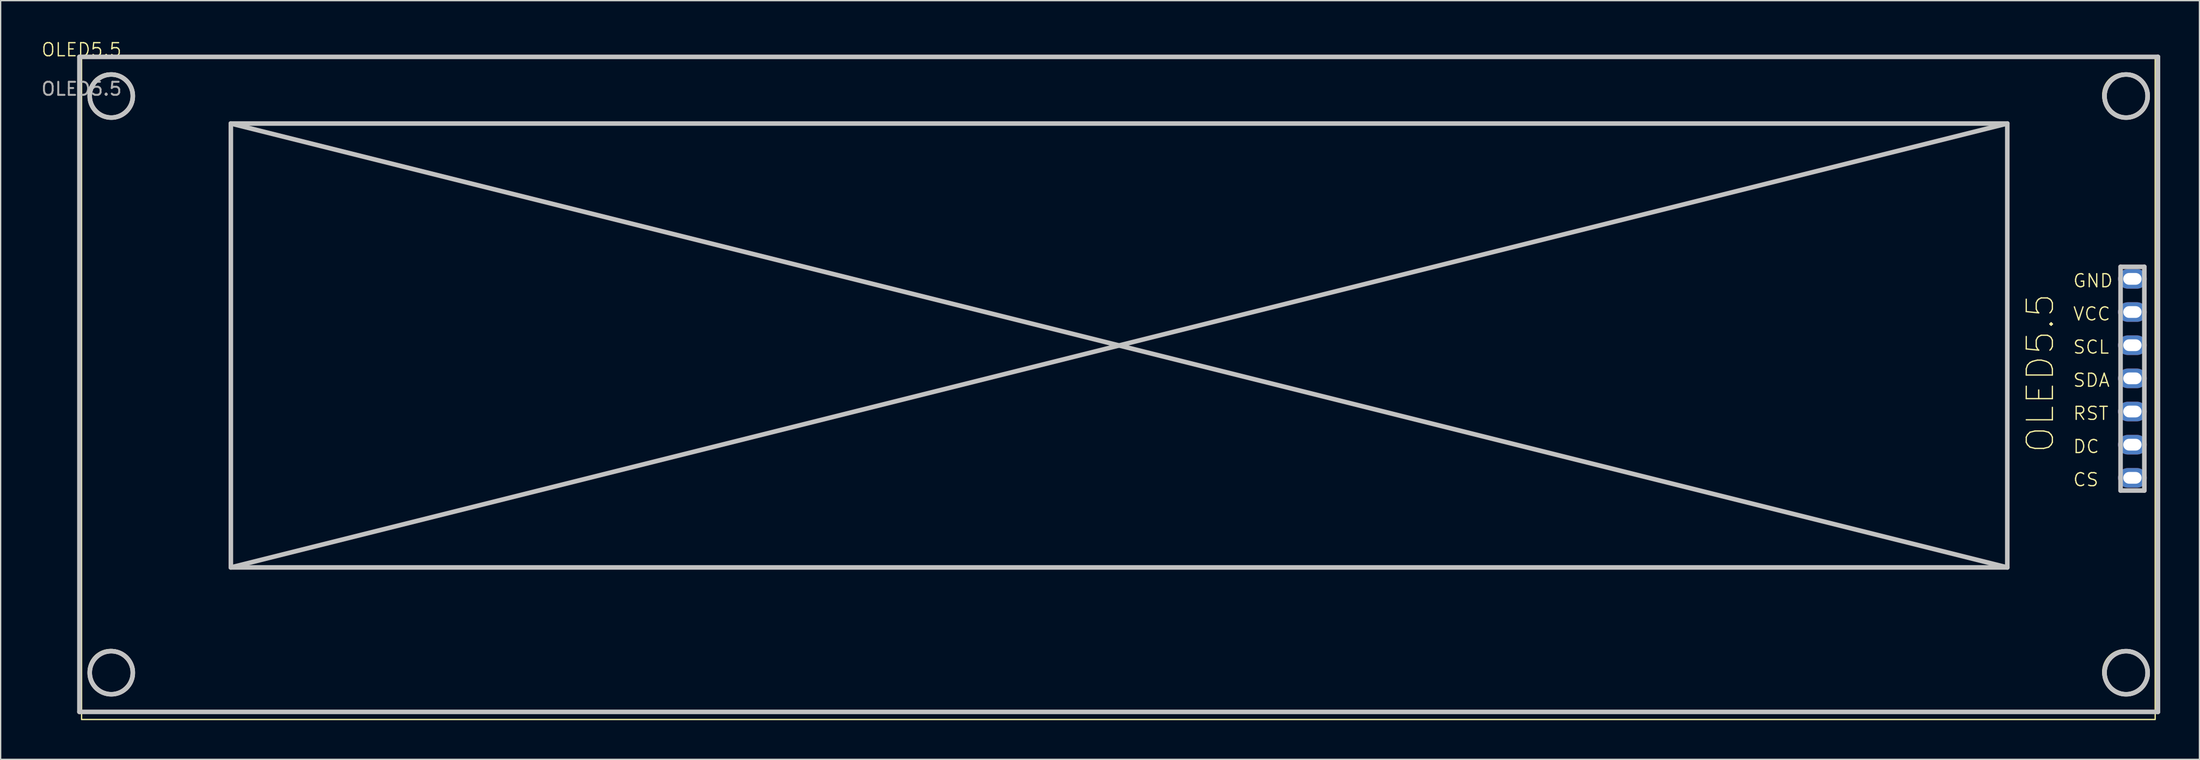
<source format=kicad_pcb>
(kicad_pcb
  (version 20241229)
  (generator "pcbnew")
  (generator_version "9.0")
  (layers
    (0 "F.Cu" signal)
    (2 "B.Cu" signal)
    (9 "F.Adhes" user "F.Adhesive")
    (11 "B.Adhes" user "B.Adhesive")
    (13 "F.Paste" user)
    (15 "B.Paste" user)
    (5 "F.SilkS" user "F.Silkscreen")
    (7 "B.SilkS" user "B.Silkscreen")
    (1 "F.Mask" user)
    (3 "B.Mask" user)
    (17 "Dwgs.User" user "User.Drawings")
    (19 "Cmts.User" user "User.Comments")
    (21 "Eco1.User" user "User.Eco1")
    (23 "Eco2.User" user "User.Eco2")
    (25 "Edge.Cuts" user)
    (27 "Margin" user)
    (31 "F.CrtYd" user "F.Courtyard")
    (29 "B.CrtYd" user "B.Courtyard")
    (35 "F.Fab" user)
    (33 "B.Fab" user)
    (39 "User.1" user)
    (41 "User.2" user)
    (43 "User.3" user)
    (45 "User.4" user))
  (footprint "OLED5.5"
    (layer "F.Cu")
    (at 3.196 1.26)
    (property "Reference" "OLED5.5" (at 0 -0.5 0) (unlocked yes) (layer "F.SilkS") (effects (font (size 1 1) (thickness 0.1))))
    (attr through_hole)
    (fp_rect (start 0 0) (end 158.75 50.8) (stroke (width 0.1) (type default)) (fill no) (layer "F.SilkS"))
    (fp_circle (center 2.218 2.981) (end 3.918 2.981) (stroke (width 0.1) (type default)) (fill no) (layer "F.SilkS"))
    (fp_circle (center 2.218 47.137) (end 3.918 47.137) (stroke (width 0.1) (type default)) (fill no) (layer "F.SilkS"))
    (fp_circle (center 156.433 2.981) (end 158.133 2.981) (stroke (width 0.1) (type default)) (fill no) (layer "F.SilkS"))
    (fp_circle (center 156.433 47.152) (end 158.133 47.152) (stroke (width 0.1) (type default)) (fill no) (layer "F.SilkS"))
    (fp_line (start -0.167 0.046) (end -0.167 50.216) (stroke (width 0.35) (type solid)) (layer "Dwgs.User"))
    (fp_line (start -0.167 50.216) (end 158.963 50.216) (stroke (width 0.35) (type solid)) (layer "Dwgs.User"))
    (fp_line (start 0.623 3.046) (end 0.625 3.131) (stroke (width 0.35) (type solid)) (layer "Dwgs.User"))
    (fp_line (start 0.623 47.216) (end 0.625 47.301) (stroke (width 0.35) (type solid)) (layer "Dwgs.User"))
    (fp_line (start 0.625 2.961) (end 0.623 3.046) (stroke (width 0.35) (type solid)) (layer "Dwgs.User"))
    (fp_line (start 0.625 3.131) (end 0.631 3.215) (stroke (width 0.35) (type solid)) (layer "Dwgs.User"))
    (fp_line (start 0.625 47.131) (end 0.623 47.216) (stroke (width 0.35) (type solid)) (layer "Dwgs.User"))
    (fp_line (start 0.625 47.301) (end 0.631 47.385) (stroke (width 0.35) (type solid)) (layer "Dwgs.User"))
    (fp_line (start 0.631 2.877) (end 0.625 2.961) (stroke (width 0.35) (type solid)) (layer "Dwgs.User"))
    (fp_line (start 0.631 3.215) (end 0.642 3.297) (stroke (width 0.35) (type solid)) (layer "Dwgs.User"))
    (fp_line (start 0.631 47.047) (end 0.625 47.131) (stroke (width 0.35) (type solid)) (layer "Dwgs.User"))
    (fp_line (start 0.631 47.385) (end 0.642 47.467) (stroke (width 0.35) (type solid)) (layer "Dwgs.User"))
    (fp_line (start 0.642 2.795) (end 0.631 2.877) (stroke (width 0.35) (type solid)) (layer "Dwgs.User"))
    (fp_line (start 0.642 3.297) (end 0.656 3.379) (stroke (width 0.35) (type solid)) (layer "Dwgs.User"))
    (fp_line (start 0.642 46.965) (end 0.631 47.047) (stroke (width 0.35) (type solid)) (layer "Dwgs.User"))
    (fp_line (start 0.642 47.467) (end 0.656 47.549) (stroke (width 0.35) (type solid)) (layer "Dwgs.User"))
    (fp_line (start 0.656 2.714) (end 0.642 2.795) (stroke (width 0.35) (type solid)) (layer "Dwgs.User"))
    (fp_line (start 0.656 3.379) (end 0.674 3.459) (stroke (width 0.35) (type solid)) (layer "Dwgs.User"))
    (fp_line (start 0.656 46.884) (end 0.642 46.965) (stroke (width 0.35) (type solid)) (layer "Dwgs.User"))
    (fp_line (start 0.656 47.549) (end 0.674 47.629) (stroke (width 0.35) (type solid)) (layer "Dwgs.User"))
    (fp_line (start 0.674 2.634) (end 0.656 2.714) (stroke (width 0.35) (type solid)) (layer "Dwgs.User"))
    (fp_line (start 0.674 3.459) (end 0.697 3.537) (stroke (width 0.35) (type solid)) (layer "Dwgs.User"))
    (fp_line (start 0.674 46.804) (end 0.656 46.884) (stroke (width 0.35) (type solid)) (layer "Dwgs.User"))
    (fp_line (start 0.674 47.629) (end 0.697 47.707) (stroke (width 0.35) (type solid)) (layer "Dwgs.User"))
    (fp_line (start 0.697 2.556) (end 0.674 2.634) (stroke (width 0.35) (type solid)) (layer "Dwgs.User"))
    (fp_line (start 0.697 3.537) (end 0.723 3.614) (stroke (width 0.35) (type solid)) (layer "Dwgs.User"))
    (fp_line (start 0.697 46.726) (end 0.674 46.804) (stroke (width 0.35) (type solid)) (layer "Dwgs.User"))
    (fp_line (start 0.697 47.707) (end 0.723 47.784) (stroke (width 0.35) (type solid)) (layer "Dwgs.User"))
    (fp_line (start 0.723 2.479) (end 0.697 2.556) (stroke (width 0.35) (type solid)) (layer "Dwgs.User"))
    (fp_line (start 0.723 3.614) (end 0.752 3.688) (stroke (width 0.35) (type solid)) (layer "Dwgs.User"))
    (fp_line (start 0.723 46.649) (end 0.697 46.726) (stroke (width 0.35) (type solid)) (layer "Dwgs.User"))
    (fp_line (start 0.723 47.784) (end 0.752 47.858) (stroke (width 0.35) (type solid)) (layer "Dwgs.User"))
    (fp_line (start 0.752 2.404) (end 0.723 2.479) (stroke (width 0.35) (type solid)) (layer "Dwgs.User"))
    (fp_line (start 0.752 3.688) (end 0.785 3.762) (stroke (width 0.35) (type solid)) (layer "Dwgs.User"))
    (fp_line (start 0.752 46.574) (end 0.723 46.649) (stroke (width 0.35) (type solid)) (layer "Dwgs.User"))
    (fp_line (start 0.752 47.858) (end 0.785 47.932) (stroke (width 0.35) (type solid)) (layer "Dwgs.User"))
    (fp_line (start 0.785 2.331) (end 0.752 2.404) (stroke (width 0.35) (type solid)) (layer "Dwgs.User"))
    (fp_line (start 0.785 3.762) (end 0.822 3.833) (stroke (width 0.35) (type solid)) (layer "Dwgs.User"))
    (fp_line (start 0.785 46.501) (end 0.752 46.574) (stroke (width 0.35) (type solid)) (layer "Dwgs.User"))
    (fp_line (start 0.785 47.932) (end 0.822 48.003) (stroke (width 0.35) (type solid)) (layer "Dwgs.User"))
    (fp_line (start 0.822 2.26) (end 0.785 2.331) (stroke (width 0.35) (type solid)) (layer "Dwgs.User"))
    (fp_line (start 0.822 3.833) (end 0.861 3.902) (stroke (width 0.35) (type solid)) (layer "Dwgs.User"))
    (fp_line (start 0.822 46.43) (end 0.785 46.501) (stroke (width 0.35) (type solid)) (layer "Dwgs.User"))
    (fp_line (start 0.822 48.003) (end 0.861 48.072) (stroke (width 0.35) (type solid)) (layer "Dwgs.User"))
    (fp_line (start 0.861 2.191) (end 0.822 2.26) (stroke (width 0.35) (type solid)) (layer "Dwgs.User"))
    (fp_line (start 0.861 3.902) (end 0.904 3.969) (stroke (width 0.35) (type solid)) (layer "Dwgs.User"))
    (fp_line (start 0.861 46.361) (end 0.822 46.43) (stroke (width 0.35) (type solid)) (layer "Dwgs.User"))
    (fp_line (start 0.861 48.072) (end 0.904 48.139) (stroke (width 0.35) (type solid)) (layer "Dwgs.User"))
    (fp_line (start 0.904 2.124) (end 0.861 2.191) (stroke (width 0.35) (type solid)) (layer "Dwgs.User"))
    (fp_line (start 0.904 3.969) (end 0.95 4.033) (stroke (width 0.35) (type solid)) (layer "Dwgs.User"))
    (fp_line (start 0.904 46.294) (end 0.861 46.361) (stroke (width 0.35) (type solid)) (layer "Dwgs.User"))
    (fp_line (start 0.904 48.139) (end 0.95 48.203) (stroke (width 0.35) (type solid)) (layer "Dwgs.User"))
    (fp_line (start 0.95 2.059) (end 0.904 2.124) (stroke (width 0.35) (type solid)) (layer "Dwgs.User"))
    (fp_line (start 0.95 4.033) (end 0.999 4.096) (stroke (width 0.35) (type solid)) (layer "Dwgs.User"))
    (fp_line (start 0.95 46.229) (end 0.904 46.294) (stroke (width 0.35) (type solid)) (layer "Dwgs.User"))
    (fp_line (start 0.95 48.203) (end 0.999 48.266) (stroke (width 0.35) (type solid)) (layer "Dwgs.User"))
    (fp_line (start 0.999 1.997) (end 0.95 2.059) (stroke (width 0.35) (type solid)) (layer "Dwgs.User"))
    (fp_line (start 0.999 4.096) (end 1.051 4.156) (stroke (width 0.35) (type solid)) (layer "Dwgs.User"))
    (fp_line (start 0.999 46.167) (end 0.95 46.229) (stroke (width 0.35) (type solid)) (layer "Dwgs.User"))
    (fp_line (start 0.999 48.266) (end 1.051 48.326) (stroke (width 0.35) (type solid)) (layer "Dwgs.User"))
    (fp_line (start 1.051 1.937) (end 0.999 1.997) (stroke (width 0.35) (type solid)) (layer "Dwgs.User"))
    (fp_line (start 1.051 4.156) (end 1.106 4.213) (stroke (width 0.35) (type solid)) (layer "Dwgs.User"))
    (fp_line (start 1.051 46.107) (end 0.999 46.167) (stroke (width 0.35) (type solid)) (layer "Dwgs.User"))
    (fp_line (start 1.051 48.326) (end 1.106 48.383) (stroke (width 0.35) (type solid)) (layer "Dwgs.User"))
    (fp_line (start 1.106 1.879) (end 1.051 1.937) (stroke (width 0.35) (type solid)) (layer "Dwgs.User"))
    (fp_line (start 1.106 4.213) (end 1.163 4.268) (stroke (width 0.35) (type solid)) (layer "Dwgs.User"))
    (fp_line (start 1.106 46.049) (end 1.051 46.107) (stroke (width 0.35) (type solid)) (layer "Dwgs.User"))
    (fp_line (start 1.106 48.383) (end 1.163 48.438) (stroke (width 0.35) (type solid)) (layer "Dwgs.User"))
    (fp_line (start 1.163 1.825) (end 1.106 1.879) (stroke (width 0.35) (type solid)) (layer "Dwgs.User"))
    (fp_line (start 1.163 4.268) (end 1.223 4.319) (stroke (width 0.35) (type solid)) (layer "Dwgs.User"))
    (fp_line (start 1.163 45.995) (end 1.106 46.049) (stroke (width 0.35) (type solid)) (layer "Dwgs.User"))
    (fp_line (start 1.163 48.438) (end 1.223 48.489) (stroke (width 0.35) (type solid)) (layer "Dwgs.User"))
    (fp_line (start 1.223 1.773) (end 1.163 1.825) (stroke (width 0.35) (type solid)) (layer "Dwgs.User"))
    (fp_line (start 1.223 4.319) (end 1.285 4.368) (stroke (width 0.35) (type solid)) (layer "Dwgs.User"))
    (fp_line (start 1.223 45.943) (end 1.163 45.995) (stroke (width 0.35) (type solid)) (layer "Dwgs.User"))
    (fp_line (start 1.223 48.489) (end 1.285 48.538) (stroke (width 0.35) (type solid)) (layer "Dwgs.User"))
    (fp_line (start 1.285 1.724) (end 1.223 1.773) (stroke (width 0.35) (type solid)) (layer "Dwgs.User"))
    (fp_line (start 1.285 4.368) (end 1.35 4.414) (stroke (width 0.35) (type solid)) (layer "Dwgs.User"))
    (fp_line (start 1.285 45.894) (end 1.223 45.943) (stroke (width 0.35) (type solid)) (layer "Dwgs.User"))
    (fp_line (start 1.285 48.538) (end 1.35 48.584) (stroke (width 0.35) (type solid)) (layer "Dwgs.User"))
    (fp_line (start 1.35 1.678) (end 1.285 1.724) (stroke (width 0.35) (type solid)) (layer "Dwgs.User"))
    (fp_line (start 1.35 4.414) (end 1.417 4.457) (stroke (width 0.35) (type solid)) (layer "Dwgs.User"))
    (fp_line (start 1.35 45.848) (end 1.285 45.894) (stroke (width 0.35) (type solid)) (layer "Dwgs.User"))
    (fp_line (start 1.35 48.584) (end 1.417 48.627) (stroke (width 0.35) (type solid)) (layer "Dwgs.User"))
    (fp_line (start 1.417 1.635) (end 1.35 1.678) (stroke (width 0.35) (type solid)) (layer "Dwgs.User"))
    (fp_line (start 1.417 4.457) (end 1.486 4.497) (stroke (width 0.35) (type solid)) (layer "Dwgs.User"))
    (fp_line (start 1.417 45.805) (end 1.35 45.848) (stroke (width 0.35) (type solid)) (layer "Dwgs.User"))
    (fp_line (start 1.417 48.627) (end 1.486 48.667) (stroke (width 0.35) (type solid)) (layer "Dwgs.User"))
    (fp_line (start 1.486 1.595) (end 1.417 1.635) (stroke (width 0.35) (type solid)) (layer "Dwgs.User"))
    (fp_line (start 1.486 4.497) (end 1.557 4.533) (stroke (width 0.35) (type solid)) (layer "Dwgs.User"))
    (fp_line (start 1.486 45.765) (end 1.417 45.805) (stroke (width 0.35) (type solid)) (layer "Dwgs.User"))
    (fp_line (start 1.486 48.667) (end 1.557 48.703) (stroke (width 0.35) (type solid)) (layer "Dwgs.User"))
    (fp_line (start 1.557 1.559) (end 1.486 1.595) (stroke (width 0.35) (type solid)) (layer "Dwgs.User"))
    (fp_line (start 1.557 4.533) (end 1.63 4.567) (stroke (width 0.35) (type solid)) (layer "Dwgs.User"))
    (fp_line (start 1.557 45.729) (end 1.486 45.765) (stroke (width 0.35) (type solid)) (layer "Dwgs.User"))
    (fp_line (start 1.557 48.703) (end 1.63 48.737) (stroke (width 0.35) (type solid)) (layer "Dwgs.User"))
    (fp_line (start 1.63 1.526) (end 1.557 1.559) (stroke (width 0.35) (type solid)) (layer "Dwgs.User"))
    (fp_line (start 1.63 4.567) (end 1.705 4.596) (stroke (width 0.35) (type solid)) (layer "Dwgs.User"))
    (fp_line (start 1.63 45.696) (end 1.557 45.729) (stroke (width 0.35) (type solid)) (layer "Dwgs.User"))
    (fp_line (start 1.63 48.737) (end 1.705 48.766) (stroke (width 0.35) (type solid)) (layer "Dwgs.User"))
    (fp_line (start 1.705 1.496) (end 1.63 1.526) (stroke (width 0.35) (type solid)) (layer "Dwgs.User"))
    (fp_line (start 1.705 4.596) (end 1.782 4.622) (stroke (width 0.35) (type solid)) (layer "Dwgs.User"))
    (fp_line (start 1.705 45.666) (end 1.63 45.696) (stroke (width 0.35) (type solid)) (layer "Dwgs.User"))
    (fp_line (start 1.705 48.766) (end 1.782 48.792) (stroke (width 0.35) (type solid)) (layer "Dwgs.User"))
    (fp_line (start 1.782 1.47) (end 1.705 1.496) (stroke (width 0.35) (type solid)) (layer "Dwgs.User"))
    (fp_line (start 1.782 4.622) (end 1.86 4.644) (stroke (width 0.35) (type solid)) (layer "Dwgs.User"))
    (fp_line (start 1.782 45.64) (end 1.705 45.666) (stroke (width 0.35) (type solid)) (layer "Dwgs.User"))
    (fp_line (start 1.782 48.792) (end 1.86 48.814) (stroke (width 0.35) (type solid)) (layer "Dwgs.User"))
    (fp_line (start 1.86 1.448) (end 1.782 1.47) (stroke (width 0.35) (type solid)) (layer "Dwgs.User"))
    (fp_line (start 1.86 4.644) (end 1.94 4.663) (stroke (width 0.35) (type solid)) (layer "Dwgs.User"))
    (fp_line (start 1.86 45.618) (end 1.782 45.64) (stroke (width 0.35) (type solid)) (layer "Dwgs.User"))
    (fp_line (start 1.86 48.814) (end 1.94 48.833) (stroke (width 0.35) (type solid)) (layer "Dwgs.User"))
    (fp_line (start 1.94 1.43) (end 1.86 1.448) (stroke (width 0.35) (type solid)) (layer "Dwgs.User"))
    (fp_line (start 1.94 4.663) (end 2.021 4.677) (stroke (width 0.35) (type solid)) (layer "Dwgs.User"))
    (fp_line (start 1.94 45.6) (end 1.86 45.618) (stroke (width 0.35) (type solid)) (layer "Dwgs.User"))
    (fp_line (start 1.94 48.833) (end 2.021 48.847) (stroke (width 0.35) (type solid)) (layer "Dwgs.User"))
    (fp_line (start 2.021 1.415) (end 1.94 1.43) (stroke (width 0.35) (type solid)) (layer "Dwgs.User"))
    (fp_line (start 2.021 4.677) (end 2.104 4.688) (stroke (width 0.35) (type solid)) (layer "Dwgs.User"))
    (fp_line (start 2.021 45.585) (end 1.94 45.6) (stroke (width 0.35) (type solid)) (layer "Dwgs.User"))
    (fp_line (start 2.021 48.847) (end 2.104 48.858) (stroke (width 0.35) (type solid)) (layer "Dwgs.User"))
    (fp_line (start 2.104 1.405) (end 2.021 1.415) (stroke (width 0.35) (type solid)) (layer "Dwgs.User"))
    (fp_line (start 2.104 4.688) (end 2.188 4.694) (stroke (width 0.35) (type solid)) (layer "Dwgs.User"))
    (fp_line (start 2.104 45.575) (end 2.021 45.585) (stroke (width 0.35) (type solid)) (layer "Dwgs.User"))
    (fp_line (start 2.104 48.858) (end 2.188 48.864) (stroke (width 0.35) (type solid)) (layer "Dwgs.User"))
    (fp_line (start 2.188 1.398) (end 2.104 1.405) (stroke (width 0.35) (type solid)) (layer "Dwgs.User"))
    (fp_line (start 2.188 4.694) (end 2.273 4.696) (stroke (width 0.35) (type solid)) (layer "Dwgs.User"))
    (fp_line (start 2.188 45.568) (end 2.104 45.575) (stroke (width 0.35) (type solid)) (layer "Dwgs.User"))
    (fp_line (start 2.188 48.864) (end 2.273 48.866) (stroke (width 0.35) (type solid)) (layer "Dwgs.User"))
    (fp_line (start 2.273 1.396) (end 2.188 1.398) (stroke (width 0.35) (type solid)) (layer "Dwgs.User"))
    (fp_line (start 2.273 4.696) (end 2.357 4.694) (stroke (width 0.35) (type solid)) (layer "Dwgs.User"))
    (fp_line (start 2.273 45.566) (end 2.188 45.568) (stroke (width 0.35) (type solid)) (layer "Dwgs.User"))
    (fp_line (start 2.273 48.866) (end 2.357 48.864) (stroke (width 0.35) (type solid)) (layer "Dwgs.User"))
    (fp_line (start 2.357 1.398) (end 2.273 1.396) (stroke (width 0.35) (type solid)) (layer "Dwgs.User"))
    (fp_line (start 2.357 4.694) (end 2.441 4.688) (stroke (width 0.35) (type solid)) (layer "Dwgs.User"))
    (fp_line (start 2.357 45.568) (end 2.273 45.566) (stroke (width 0.35) (type solid)) (layer "Dwgs.User"))
    (fp_line (start 2.357 48.864) (end 2.441 48.858) (stroke (width 0.35) (type solid)) (layer "Dwgs.User"))
    (fp_line (start 2.441 1.405) (end 2.357 1.398) (stroke (width 0.35) (type solid)) (layer "Dwgs.User"))
    (fp_line (start 2.441 4.688) (end 2.524 4.677) (stroke (width 0.35) (type solid)) (layer "Dwgs.User"))
    (fp_line (start 2.441 45.575) (end 2.357 45.568) (stroke (width 0.35) (type solid)) (layer "Dwgs.User"))
    (fp_line (start 2.441 48.858) (end 2.524 48.847) (stroke (width 0.35) (type solid)) (layer "Dwgs.User"))
    (fp_line (start 2.524 1.415) (end 2.441 1.405) (stroke (width 0.35) (type solid)) (layer "Dwgs.User"))
    (fp_line (start 2.524 4.677) (end 2.605 4.663) (stroke (width 0.35) (type solid)) (layer "Dwgs.User"))
    (fp_line (start 2.524 45.585) (end 2.441 45.575) (stroke (width 0.35) (type solid)) (layer "Dwgs.User"))
    (fp_line (start 2.524 48.847) (end 2.605 48.833) (stroke (width 0.35) (type solid)) (layer "Dwgs.User"))
    (fp_line (start 2.605 1.43) (end 2.524 1.415) (stroke (width 0.35) (type solid)) (layer "Dwgs.User"))
    (fp_line (start 2.605 4.663) (end 2.685 4.644) (stroke (width 0.35) (type solid)) (layer "Dwgs.User"))
    (fp_line (start 2.605 45.6) (end 2.524 45.585) (stroke (width 0.35) (type solid)) (layer "Dwgs.User"))
    (fp_line (start 2.605 48.833) (end 2.685 48.814) (stroke (width 0.35) (type solid)) (layer "Dwgs.User"))
    (fp_line (start 2.685 1.448) (end 2.605 1.43) (stroke (width 0.35) (type solid)) (layer "Dwgs.User"))
    (fp_line (start 2.685 4.644) (end 2.763 4.622) (stroke (width 0.35) (type solid)) (layer "Dwgs.User"))
    (fp_line (start 2.685 45.618) (end 2.605 45.6) (stroke (width 0.35) (type solid)) (layer "Dwgs.User"))
    (fp_line (start 2.685 48.814) (end 2.763 48.792) (stroke (width 0.35) (type solid)) (layer "Dwgs.User"))
    (fp_line (start 2.763 1.47) (end 2.685 1.448) (stroke (width 0.35) (type solid)) (layer "Dwgs.User"))
    (fp_line (start 2.763 4.622) (end 2.84 4.596) (stroke (width 0.35) (type solid)) (layer "Dwgs.User"))
    (fp_line (start 2.763 45.64) (end 2.685 45.618) (stroke (width 0.35) (type solid)) (layer "Dwgs.User"))
    (fp_line (start 2.763 48.792) (end 2.84 48.766) (stroke (width 0.35) (type solid)) (layer "Dwgs.User"))
    (fp_line (start 2.84 1.496) (end 2.763 1.47) (stroke (width 0.35) (type solid)) (layer "Dwgs.User"))
    (fp_line (start 2.84 4.596) (end 2.915 4.567) (stroke (width 0.35) (type solid)) (layer "Dwgs.User"))
    (fp_line (start 2.84 45.666) (end 2.763 45.64) (stroke (width 0.35) (type solid)) (layer "Dwgs.User"))
    (fp_line (start 2.84 48.766) (end 2.915 48.737) (stroke (width 0.35) (type solid)) (layer "Dwgs.User"))
    (fp_line (start 2.915 1.526) (end 2.84 1.496) (stroke (width 0.35) (type solid)) (layer "Dwgs.User"))
    (fp_line (start 2.915 4.567) (end 2.988 4.533) (stroke (width 0.35) (type solid)) (layer "Dwgs.User"))
    (fp_line (start 2.915 45.696) (end 2.84 45.666) (stroke (width 0.35) (type solid)) (layer "Dwgs.User"))
    (fp_line (start 2.915 48.737) (end 2.988 48.703) (stroke (width 0.35) (type solid)) (layer "Dwgs.User"))
    (fp_line (start 2.988 1.559) (end 2.915 1.526) (stroke (width 0.35) (type solid)) (layer "Dwgs.User"))
    (fp_line (start 2.988 4.533) (end 3.059 4.497) (stroke (width 0.35) (type solid)) (layer "Dwgs.User"))
    (fp_line (start 2.988 45.729) (end 2.915 45.696) (stroke (width 0.35) (type solid)) (layer "Dwgs.User"))
    (fp_line (start 2.988 48.703) (end 3.059 48.667) (stroke (width 0.35) (type solid)) (layer "Dwgs.User"))
    (fp_line (start 3.059 1.595) (end 2.988 1.559) (stroke (width 0.35) (type solid)) (layer "Dwgs.User"))
    (fp_line (start 3.059 4.497) (end 3.128 4.457) (stroke (width 0.35) (type solid)) (layer "Dwgs.User"))
    (fp_line (start 3.059 45.765) (end 2.988 45.729) (stroke (width 0.35) (type solid)) (layer "Dwgs.User"))
    (fp_line (start 3.059 48.667) (end 3.128 48.627) (stroke (width 0.35) (type solid)) (layer "Dwgs.User"))
    (fp_line (start 3.128 1.635) (end 3.059 1.595) (stroke (width 0.35) (type solid)) (layer "Dwgs.User"))
    (fp_line (start 3.128 4.457) (end 3.195 4.414) (stroke (width 0.35) (type solid)) (layer "Dwgs.User"))
    (fp_line (start 3.128 45.805) (end 3.059 45.765) (stroke (width 0.35) (type solid)) (layer "Dwgs.User"))
    (fp_line (start 3.128 48.627) (end 3.195 48.584) (stroke (width 0.35) (type solid)) (layer "Dwgs.User"))
    (fp_line (start 3.195 1.678) (end 3.128 1.635) (stroke (width 0.35) (type solid)) (layer "Dwgs.User"))
    (fp_line (start 3.195 4.414) (end 3.26 4.368) (stroke (width 0.35) (type solid)) (layer "Dwgs.User"))
    (fp_line (start 3.195 45.848) (end 3.128 45.805) (stroke (width 0.35) (type solid)) (layer "Dwgs.User"))
    (fp_line (start 3.195 48.584) (end 3.26 48.538) (stroke (width 0.35) (type solid)) (layer "Dwgs.User"))
    (fp_line (start 3.26 1.724) (end 3.195 1.678) (stroke (width 0.35) (type solid)) (layer "Dwgs.User"))
    (fp_line (start 3.26 4.368) (end 3.322 4.319) (stroke (width 0.35) (type solid)) (layer "Dwgs.User"))
    (fp_line (start 3.26 45.894) (end 3.195 45.848) (stroke (width 0.35) (type solid)) (layer "Dwgs.User"))
    (fp_line (start 3.26 48.538) (end 3.322 48.489) (stroke (width 0.35) (type solid)) (layer "Dwgs.User"))
    (fp_line (start 3.322 1.773) (end 3.26 1.724) (stroke (width 0.35) (type solid)) (layer "Dwgs.User"))
    (fp_line (start 3.322 4.319) (end 3.382 4.268) (stroke (width 0.35) (type solid)) (layer "Dwgs.User"))
    (fp_line (start 3.322 45.943) (end 3.26 45.894) (stroke (width 0.35) (type solid)) (layer "Dwgs.User"))
    (fp_line (start 3.322 48.489) (end 3.382 48.438) (stroke (width 0.35) (type solid)) (layer "Dwgs.User"))
    (fp_line (start 3.382 1.825) (end 3.322 1.773) (stroke (width 0.35) (type solid)) (layer "Dwgs.User"))
    (fp_line (start 3.382 4.268) (end 3.439 4.213) (stroke (width 0.35) (type solid)) (layer "Dwgs.User"))
    (fp_line (start 3.382 45.995) (end 3.322 45.943) (stroke (width 0.35) (type solid)) (layer "Dwgs.User"))
    (fp_line (start 3.382 48.438) (end 3.439 48.383) (stroke (width 0.35) (type solid)) (layer "Dwgs.User"))
    (fp_line (start 3.439 1.879) (end 3.382 1.825) (stroke (width 0.35) (type solid)) (layer "Dwgs.User"))
    (fp_line (start 3.439 4.213) (end 3.494 4.156) (stroke (width 0.35) (type solid)) (layer "Dwgs.User"))
    (fp_line (start 3.439 46.049) (end 3.382 45.995) (stroke (width 0.35) (type solid)) (layer "Dwgs.User"))
    (fp_line (start 3.439 48.383) (end 3.494 48.326) (stroke (width 0.35) (type solid)) (layer "Dwgs.User"))
    (fp_line (start 3.494 1.937) (end 3.439 1.879) (stroke (width 0.35) (type solid)) (layer "Dwgs.User"))
    (fp_line (start 3.494 4.156) (end 3.546 4.096) (stroke (width 0.35) (type solid)) (layer "Dwgs.User"))
    (fp_line (start 3.494 46.107) (end 3.439 46.049) (stroke (width 0.35) (type solid)) (layer "Dwgs.User"))
    (fp_line (start 3.494 48.326) (end 3.546 48.266) (stroke (width 0.35) (type solid)) (layer "Dwgs.User"))
    (fp_line (start 3.546 1.997) (end 3.494 1.937) (stroke (width 0.35) (type solid)) (layer "Dwgs.User"))
    (fp_line (start 3.546 4.096) (end 3.595 4.033) (stroke (width 0.35) (type solid)) (layer "Dwgs.User"))
    (fp_line (start 3.546 46.167) (end 3.494 46.107) (stroke (width 0.35) (type solid)) (layer "Dwgs.User"))
    (fp_line (start 3.546 48.266) (end 3.595 48.203) (stroke (width 0.35) (type solid)) (layer "Dwgs.User"))
    (fp_line (start 3.595 2.059) (end 3.546 1.997) (stroke (width 0.35) (type solid)) (layer "Dwgs.User"))
    (fp_line (start 3.595 4.033) (end 3.641 3.969) (stroke (width 0.35) (type solid)) (layer "Dwgs.User"))
    (fp_line (start 3.595 46.229) (end 3.546 46.167) (stroke (width 0.35) (type solid)) (layer "Dwgs.User"))
    (fp_line (start 3.595 48.203) (end 3.641 48.139) (stroke (width 0.35) (type solid)) (layer "Dwgs.User"))
    (fp_line (start 3.641 2.124) (end 3.595 2.059) (stroke (width 0.35) (type solid)) (layer "Dwgs.User"))
    (fp_line (start 3.641 3.969) (end 3.684 3.902) (stroke (width 0.35) (type solid)) (layer "Dwgs.User"))
    (fp_line (start 3.641 46.294) (end 3.595 46.229) (stroke (width 0.35) (type solid)) (layer "Dwgs.User"))
    (fp_line (start 3.641 48.139) (end 3.684 48.072) (stroke (width 0.35) (type solid)) (layer "Dwgs.User"))
    (fp_line (start 3.684 2.191) (end 3.641 2.124) (stroke (width 0.35) (type solid)) (layer "Dwgs.User"))
    (fp_line (start 3.684 3.902) (end 3.723 3.833) (stroke (width 0.35) (type solid)) (layer "Dwgs.User"))
    (fp_line (start 3.684 46.361) (end 3.641 46.294) (stroke (width 0.35) (type solid)) (layer "Dwgs.User"))
    (fp_line (start 3.684 48.072) (end 3.723 48.003) (stroke (width 0.35) (type solid)) (layer "Dwgs.User"))
    (fp_line (start 3.723 2.26) (end 3.684 2.191) (stroke (width 0.35) (type solid)) (layer "Dwgs.User"))
    (fp_line (start 3.723 3.833) (end 3.76 3.762) (stroke (width 0.35) (type solid)) (layer "Dwgs.User"))
    (fp_line (start 3.723 46.43) (end 3.684 46.361) (stroke (width 0.35) (type solid)) (layer "Dwgs.User"))
    (fp_line (start 3.723 48.003) (end 3.76 47.932) (stroke (width 0.35) (type solid)) (layer "Dwgs.User"))
    (fp_line (start 3.76 2.331) (end 3.723 2.26) (stroke (width 0.35) (type solid)) (layer "Dwgs.User"))
    (fp_line (start 3.76 3.762) (end 3.793 3.688) (stroke (width 0.35) (type solid)) (layer "Dwgs.User"))
    (fp_line (start 3.76 46.501) (end 3.723 46.43) (stroke (width 0.35) (type solid)) (layer "Dwgs.User"))
    (fp_line (start 3.76 47.932) (end 3.793 47.858) (stroke (width 0.35) (type solid)) (layer "Dwgs.User"))
    (fp_line (start 3.793 2.404) (end 3.76 2.331) (stroke (width 0.35) (type solid)) (layer "Dwgs.User"))
    (fp_line (start 3.793 3.688) (end 3.822 3.614) (stroke (width 0.35) (type solid)) (layer "Dwgs.User"))
    (fp_line (start 3.793 46.574) (end 3.76 46.501) (stroke (width 0.35) (type solid)) (layer "Dwgs.User"))
    (fp_line (start 3.793 47.858) (end 3.822 47.784) (stroke (width 0.35) (type solid)) (layer "Dwgs.User"))
    (fp_line (start 3.822 2.479) (end 3.793 2.404) (stroke (width 0.35) (type solid)) (layer "Dwgs.User"))
    (fp_line (start 3.822 3.614) (end 3.848 3.537) (stroke (width 0.35) (type solid)) (layer "Dwgs.User"))
    (fp_line (start 3.822 46.649) (end 3.793 46.574) (stroke (width 0.35) (type solid)) (layer "Dwgs.User"))
    (fp_line (start 3.822 47.784) (end 3.848 47.707) (stroke (width 0.35) (type solid)) (layer "Dwgs.User"))
    (fp_line (start 3.848 2.556) (end 3.822 2.479) (stroke (width 0.35) (type solid)) (layer "Dwgs.User"))
    (fp_line (start 3.848 3.537) (end 3.871 3.459) (stroke (width 0.35) (type solid)) (layer "Dwgs.User"))
    (fp_line (start 3.848 46.726) (end 3.822 46.649) (stroke (width 0.35) (type solid)) (layer "Dwgs.User"))
    (fp_line (start 3.848 47.707) (end 3.871 47.629) (stroke (width 0.35) (type solid)) (layer "Dwgs.User"))
    (fp_line (start 3.871 2.634) (end 3.848 2.556) (stroke (width 0.35) (type solid)) (layer "Dwgs.User"))
    (fp_line (start 3.871 3.459) (end 3.889 3.379) (stroke (width 0.35) (type solid)) (layer "Dwgs.User"))
    (fp_line (start 3.871 46.804) (end 3.848 46.726) (stroke (width 0.35) (type solid)) (layer "Dwgs.User"))
    (fp_line (start 3.871 47.629) (end 3.889 47.549) (stroke (width 0.35) (type solid)) (layer "Dwgs.User"))
    (fp_line (start 3.889 2.714) (end 3.871 2.634) (stroke (width 0.35) (type solid)) (layer "Dwgs.User"))
    (fp_line (start 3.889 3.379) (end 3.904 3.297) (stroke (width 0.35) (type solid)) (layer "Dwgs.User"))
    (fp_line (start 3.889 46.884) (end 3.871 46.804) (stroke (width 0.35) (type solid)) (layer "Dwgs.User"))
    (fp_line (start 3.889 47.549) (end 3.904 47.467) (stroke (width 0.35) (type solid)) (layer "Dwgs.User"))
    (fp_line (start 3.904 2.795) (end 3.889 2.714) (stroke (width 0.35) (type solid)) (layer "Dwgs.User"))
    (fp_line (start 3.904 3.297) (end 3.914 3.215) (stroke (width 0.35) (type solid)) (layer "Dwgs.User"))
    (fp_line (start 3.904 46.965) (end 3.889 46.884) (stroke (width 0.35) (type solid)) (layer "Dwgs.User"))
    (fp_line (start 3.904 47.467) (end 3.914 47.385) (stroke (width 0.35) (type solid)) (layer "Dwgs.User"))
    (fp_line (start 3.914 2.877) (end 3.904 2.795) (stroke (width 0.35) (type solid)) (layer "Dwgs.User"))
    (fp_line (start 3.914 3.215) (end 3.92 3.131) (stroke (width 0.35) (type solid)) (layer "Dwgs.User"))
    (fp_line (start 3.914 47.047) (end 3.904 46.965) (stroke (width 0.35) (type solid)) (layer "Dwgs.User"))
    (fp_line (start 3.914 47.385) (end 3.92 47.301) (stroke (width 0.35) (type solid)) (layer "Dwgs.User"))
    (fp_line (start 3.92 2.961) (end 3.914 2.877) (stroke (width 0.35) (type solid)) (layer "Dwgs.User"))
    (fp_line (start 3.92 3.131) (end 3.923 3.046) (stroke (width 0.35) (type solid)) (layer "Dwgs.User"))
    (fp_line (start 3.92 47.131) (end 3.914 47.047) (stroke (width 0.35) (type solid)) (layer "Dwgs.User"))
    (fp_line (start 3.92 47.301) (end 3.923 47.216) (stroke (width 0.35) (type solid)) (layer "Dwgs.User"))
    (fp_line (start 3.923 3.046) (end 3.92 2.961) (stroke (width 0.35) (type solid)) (layer "Dwgs.User"))
    (fp_line (start 3.923 47.216) (end 3.92 47.131) (stroke (width 0.35) (type solid)) (layer "Dwgs.User"))
    (fp_line (start 11.428 5.151) (end 147.428 5.151) (stroke (width 0.35) (type solid)) (layer "Dwgs.User"))
    (fp_line (start 11.428 5.151) (end 147.428 39.151) (stroke (width 0.35) (type solid)) (layer "Dwgs.User"))
    (fp_line (start 11.428 39.151) (end 11.428 5.151) (stroke (width 0.35) (type solid)) (layer "Dwgs.User"))
    (fp_line (start 147.428 5.151) (end 11.428 39.151) (stroke (width 0.35) (type solid)) (layer "Dwgs.User"))
    (fp_line (start 147.428 5.151) (end 147.428 39.151) (stroke (width 0.35) (type solid)) (layer "Dwgs.User"))
    (fp_line (start 147.428 39.151) (end 11.428 39.151) (stroke (width 0.35) (type solid)) (layer "Dwgs.User"))
    (fp_line (start 154.873 3.046) (end 154.875 3.131) (stroke (width 0.35) (type solid)) (layer "Dwgs.User"))
    (fp_line (start 154.873 47.216) (end 154.875 47.301) (stroke (width 0.35) (type solid)) (layer "Dwgs.User"))
    (fp_line (start 154.875 2.961) (end 154.873 3.046) (stroke (width 0.35) (type solid)) (layer "Dwgs.User"))
    (fp_line (start 154.875 3.131) (end 154.881 3.215) (stroke (width 0.35) (type solid)) (layer "Dwgs.User"))
    (fp_line (start 154.875 47.131) (end 154.873 47.216) (stroke (width 0.35) (type solid)) (layer "Dwgs.User"))
    (fp_line (start 154.875 47.301) (end 154.881 47.385) (stroke (width 0.35) (type solid)) (layer "Dwgs.User"))
    (fp_line (start 154.881 2.877) (end 154.875 2.961) (stroke (width 0.35) (type solid)) (layer "Dwgs.User"))
    (fp_line (start 154.881 3.215) (end 154.892 3.297) (stroke (width 0.35) (type solid)) (layer "Dwgs.User"))
    (fp_line (start 154.881 47.047) (end 154.875 47.131) (stroke (width 0.35) (type solid)) (layer "Dwgs.User"))
    (fp_line (start 154.881 47.385) (end 154.892 47.467) (stroke (width 0.35) (type solid)) (layer "Dwgs.User"))
    (fp_line (start 154.892 2.795) (end 154.881 2.877) (stroke (width 0.35) (type solid)) (layer "Dwgs.User"))
    (fp_line (start 154.892 3.297) (end 154.906 3.379) (stroke (width 0.35) (type solid)) (layer "Dwgs.User"))
    (fp_line (start 154.892 46.965) (end 154.881 47.047) (stroke (width 0.35) (type solid)) (layer "Dwgs.User"))
    (fp_line (start 154.892 47.467) (end 154.906 47.549) (stroke (width 0.35) (type solid)) (layer "Dwgs.User"))
    (fp_line (start 154.906 2.714) (end 154.892 2.795) (stroke (width 0.35) (type solid)) (layer "Dwgs.User"))
    (fp_line (start 154.906 3.379) (end 154.924 3.459) (stroke (width 0.35) (type solid)) (layer "Dwgs.User"))
    (fp_line (start 154.906 46.884) (end 154.892 46.965) (stroke (width 0.35) (type solid)) (layer "Dwgs.User"))
    (fp_line (start 154.906 47.549) (end 154.924 47.629) (stroke (width 0.35) (type solid)) (layer "Dwgs.User"))
    (fp_line (start 154.924 2.634) (end 154.906 2.714) (stroke (width 0.35) (type solid)) (layer "Dwgs.User"))
    (fp_line (start 154.924 3.459) (end 154.947 3.537) (stroke (width 0.35) (type solid)) (layer "Dwgs.User"))
    (fp_line (start 154.924 46.804) (end 154.906 46.884) (stroke (width 0.35) (type solid)) (layer "Dwgs.User"))
    (fp_line (start 154.924 47.629) (end 154.947 47.707) (stroke (width 0.35) (type solid)) (layer "Dwgs.User"))
    (fp_line (start 154.947 2.556) (end 154.924 2.634) (stroke (width 0.35) (type solid)) (layer "Dwgs.User"))
    (fp_line (start 154.947 3.537) (end 154.973 3.614) (stroke (width 0.35) (type solid)) (layer "Dwgs.User"))
    (fp_line (start 154.947 46.726) (end 154.924 46.804) (stroke (width 0.35) (type solid)) (layer "Dwgs.User"))
    (fp_line (start 154.947 47.707) (end 154.973 47.784) (stroke (width 0.35) (type solid)) (layer "Dwgs.User"))
    (fp_line (start 154.973 2.479) (end 154.947 2.556) (stroke (width 0.35) (type solid)) (layer "Dwgs.User"))
    (fp_line (start 154.973 3.614) (end 155.002 3.688) (stroke (width 0.35) (type solid)) (layer "Dwgs.User"))
    (fp_line (start 154.973 46.649) (end 154.947 46.726) (stroke (width 0.35) (type solid)) (layer "Dwgs.User"))
    (fp_line (start 154.973 47.784) (end 155.002 47.858) (stroke (width 0.35) (type solid)) (layer "Dwgs.User"))
    (fp_line (start 155.002 2.404) (end 154.973 2.479) (stroke (width 0.35) (type solid)) (layer "Dwgs.User"))
    (fp_line (start 155.002 3.688) (end 155.035 3.762) (stroke (width 0.35) (type solid)) (layer "Dwgs.User"))
    (fp_line (start 155.002 46.574) (end 154.973 46.649) (stroke (width 0.35) (type solid)) (layer "Dwgs.User"))
    (fp_line (start 155.002 47.858) (end 155.035 47.932) (stroke (width 0.35) (type solid)) (layer "Dwgs.User"))
    (fp_line (start 155.035 2.331) (end 155.002 2.404) (stroke (width 0.35) (type solid)) (layer "Dwgs.User"))
    (fp_line (start 155.035 3.762) (end 155.072 3.833) (stroke (width 0.35) (type solid)) (layer "Dwgs.User"))
    (fp_line (start 155.035 46.501) (end 155.002 46.574) (stroke (width 0.35) (type solid)) (layer "Dwgs.User"))
    (fp_line (start 155.035 47.932) (end 155.072 48.003) (stroke (width 0.35) (type solid)) (layer "Dwgs.User"))
    (fp_line (start 155.072 2.26) (end 155.035 2.331) (stroke (width 0.35) (type solid)) (layer "Dwgs.User"))
    (fp_line (start 155.072 3.833) (end 155.111 3.902) (stroke (width 0.35) (type solid)) (layer "Dwgs.User"))
    (fp_line (start 155.072 46.43) (end 155.035 46.501) (stroke (width 0.35) (type solid)) (layer "Dwgs.User"))
    (fp_line (start 155.072 48.003) (end 155.111 48.072) (stroke (width 0.35) (type solid)) (layer "Dwgs.User"))
    (fp_line (start 155.111 2.191) (end 155.072 2.26) (stroke (width 0.35) (type solid)) (layer "Dwgs.User"))
    (fp_line (start 155.111 3.902) (end 155.154 3.969) (stroke (width 0.35) (type solid)) (layer "Dwgs.User"))
    (fp_line (start 155.111 46.361) (end 155.072 46.43) (stroke (width 0.35) (type solid)) (layer "Dwgs.User"))
    (fp_line (start 155.111 48.072) (end 155.154 48.139) (stroke (width 0.35) (type solid)) (layer "Dwgs.User"))
    (fp_line (start 155.154 2.124) (end 155.111 2.191) (stroke (width 0.35) (type solid)) (layer "Dwgs.User"))
    (fp_line (start 155.154 3.969) (end 155.2 4.033) (stroke (width 0.35) (type solid)) (layer "Dwgs.User"))
    (fp_line (start 155.154 46.294) (end 155.111 46.361) (stroke (width 0.35) (type solid)) (layer "Dwgs.User"))
    (fp_line (start 155.154 48.139) (end 155.2 48.203) (stroke (width 0.35) (type solid)) (layer "Dwgs.User"))
    (fp_line (start 155.2 2.059) (end 155.154 2.124) (stroke (width 0.35) (type solid)) (layer "Dwgs.User"))
    (fp_line (start 155.2 4.033) (end 155.249 4.096) (stroke (width 0.35) (type solid)) (layer "Dwgs.User"))
    (fp_line (start 155.2 46.229) (end 155.154 46.294) (stroke (width 0.35) (type solid)) (layer "Dwgs.User"))
    (fp_line (start 155.2 48.203) (end 155.249 48.266) (stroke (width 0.35) (type solid)) (layer "Dwgs.User"))
    (fp_line (start 155.249 1.997) (end 155.2 2.059) (stroke (width 0.35) (type solid)) (layer "Dwgs.User"))
    (fp_line (start 155.249 4.096) (end 155.301 4.156) (stroke (width 0.35) (type solid)) (layer "Dwgs.User"))
    (fp_line (start 155.249 46.167) (end 155.2 46.229) (stroke (width 0.35) (type solid)) (layer "Dwgs.User"))
    (fp_line (start 155.249 48.266) (end 155.301 48.326) (stroke (width 0.35) (type solid)) (layer "Dwgs.User"))
    (fp_line (start 155.301 1.937) (end 155.249 1.997) (stroke (width 0.35) (type solid)) (layer "Dwgs.User"))
    (fp_line (start 155.301 4.156) (end 155.356 4.213) (stroke (width 0.35) (type solid)) (layer "Dwgs.User"))
    (fp_line (start 155.301 46.107) (end 155.249 46.167) (stroke (width 0.35) (type solid)) (layer "Dwgs.User"))
    (fp_line (start 155.301 48.326) (end 155.356 48.383) (stroke (width 0.35) (type solid)) (layer "Dwgs.User"))
    (fp_line (start 155.356 1.879) (end 155.301 1.937) (stroke (width 0.35) (type solid)) (layer "Dwgs.User"))
    (fp_line (start 155.356 4.213) (end 155.413 4.268) (stroke (width 0.35) (type solid)) (layer "Dwgs.User"))
    (fp_line (start 155.356 46.049) (end 155.301 46.107) (stroke (width 0.35) (type solid)) (layer "Dwgs.User"))
    (fp_line (start 155.356 48.383) (end 155.413 48.438) (stroke (width 0.35) (type solid)) (layer "Dwgs.User"))
    (fp_line (start 155.413 1.825) (end 155.356 1.879) (stroke (width 0.35) (type solid)) (layer "Dwgs.User"))
    (fp_line (start 155.413 4.268) (end 155.473 4.319) (stroke (width 0.35) (type solid)) (layer "Dwgs.User"))
    (fp_line (start 155.413 45.995) (end 155.356 46.049) (stroke (width 0.35) (type solid)) (layer "Dwgs.User"))
    (fp_line (start 155.413 48.438) (end 155.473 48.489) (stroke (width 0.35) (type solid)) (layer "Dwgs.User"))
    (fp_line (start 155.473 1.773) (end 155.413 1.825) (stroke (width 0.35) (type solid)) (layer "Dwgs.User"))
    (fp_line (start 155.473 4.319) (end 155.535 4.368) (stroke (width 0.35) (type solid)) (layer "Dwgs.User"))
    (fp_line (start 155.473 45.943) (end 155.413 45.995) (stroke (width 0.35) (type solid)) (layer "Dwgs.User"))
    (fp_line (start 155.473 48.489) (end 155.535 48.538) (stroke (width 0.35) (type solid)) (layer "Dwgs.User"))
    (fp_line (start 155.535 1.724) (end 155.473 1.773) (stroke (width 0.35) (type solid)) (layer "Dwgs.User"))
    (fp_line (start 155.535 4.368) (end 155.6 4.414) (stroke (width 0.35) (type solid)) (layer "Dwgs.User"))
    (fp_line (start 155.535 45.894) (end 155.473 45.943) (stroke (width 0.35) (type solid)) (layer "Dwgs.User"))
    (fp_line (start 155.535 48.538) (end 155.6 48.584) (stroke (width 0.35) (type solid)) (layer "Dwgs.User"))
    (fp_line (start 155.6 1.678) (end 155.535 1.724) (stroke (width 0.35) (type solid)) (layer "Dwgs.User"))
    (fp_line (start 155.6 4.414) (end 155.667 4.457) (stroke (width 0.35) (type solid)) (layer "Dwgs.User"))
    (fp_line (start 155.6 45.848) (end 155.535 45.894) (stroke (width 0.35) (type solid)) (layer "Dwgs.User"))
    (fp_line (start 155.6 48.584) (end 155.667 48.627) (stroke (width 0.35) (type solid)) (layer "Dwgs.User"))
    (fp_line (start 155.667 1.635) (end 155.6 1.678) (stroke (width 0.35) (type solid)) (layer "Dwgs.User"))
    (fp_line (start 155.667 4.457) (end 155.736 4.497) (stroke (width 0.35) (type solid)) (layer "Dwgs.User"))
    (fp_line (start 155.667 45.805) (end 155.6 45.848) (stroke (width 0.35) (type solid)) (layer "Dwgs.User"))
    (fp_line (start 155.667 48.627) (end 155.736 48.667) (stroke (width 0.35) (type solid)) (layer "Dwgs.User"))
    (fp_line (start 155.736 1.595) (end 155.667 1.635) (stroke (width 0.35) (type solid)) (layer "Dwgs.User"))
    (fp_line (start 155.736 4.497) (end 155.807 4.533) (stroke (width 0.35) (type solid)) (layer "Dwgs.User"))
    (fp_line (start 155.736 45.765) (end 155.667 45.805) (stroke (width 0.35) (type solid)) (layer "Dwgs.User"))
    (fp_line (start 155.736 48.667) (end 155.807 48.703) (stroke (width 0.35) (type solid)) (layer "Dwgs.User"))
    (fp_line (start 155.807 1.559) (end 155.736 1.595) (stroke (width 0.35) (type solid)) (layer "Dwgs.User"))
    (fp_line (start 155.807 4.533) (end 155.88 4.567) (stroke (width 0.35) (type solid)) (layer "Dwgs.User"))
    (fp_line (start 155.807 45.729) (end 155.736 45.765) (stroke (width 0.35) (type solid)) (layer "Dwgs.User"))
    (fp_line (start 155.807 48.703) (end 155.88 48.737) (stroke (width 0.35) (type solid)) (layer "Dwgs.User"))
    (fp_line (start 155.88 1.526) (end 155.807 1.559) (stroke (width 0.35) (type solid)) (layer "Dwgs.User"))
    (fp_line (start 155.88 4.567) (end 155.955 4.596) (stroke (width 0.35) (type solid)) (layer "Dwgs.User"))
    (fp_line (start 155.88 45.696) (end 155.807 45.729) (stroke (width 0.35) (type solid)) (layer "Dwgs.User"))
    (fp_line (start 155.88 48.737) (end 155.955 48.766) (stroke (width 0.35) (type solid)) (layer "Dwgs.User"))
    (fp_line (start 155.955 1.496) (end 155.88 1.526) (stroke (width 0.35) (type solid)) (layer "Dwgs.User"))
    (fp_line (start 155.955 4.596) (end 156.032 4.622) (stroke (width 0.35) (type solid)) (layer "Dwgs.User"))
    (fp_line (start 155.955 45.666) (end 155.88 45.696) (stroke (width 0.35) (type solid)) (layer "Dwgs.User"))
    (fp_line (start 155.955 48.766) (end 156.032 48.792) (stroke (width 0.35) (type solid)) (layer "Dwgs.User"))
    (fp_line (start 156.032 1.47) (end 155.955 1.496) (stroke (width 0.35) (type solid)) (layer "Dwgs.User"))
    (fp_line (start 156.032 4.622) (end 156.11 4.644) (stroke (width 0.35) (type solid)) (layer "Dwgs.User"))
    (fp_line (start 156.032 45.64) (end 155.955 45.666) (stroke (width 0.35) (type solid)) (layer "Dwgs.User"))
    (fp_line (start 156.032 48.792) (end 156.11 48.814) (stroke (width 0.35) (type solid)) (layer "Dwgs.User"))
    (fp_line (start 156.1 16.127) (end 157.921 16.127) (stroke (width 0.35) (type solid)) (layer "Dwgs.User"))
    (fp_line (start 156.1 33.263) (end 156.1 16.127) (stroke (width 0.35) (type solid)) (layer "Dwgs.User"))
    (fp_line (start 156.11 1.448) (end 156.032 1.47) (stroke (width 0.35) (type solid)) (layer "Dwgs.User"))
    (fp_line (start 156.11 4.644) (end 156.19 4.663) (stroke (width 0.35) (type solid)) (layer "Dwgs.User"))
    (fp_line (start 156.11 45.618) (end 156.032 45.64) (stroke (width 0.35) (type solid)) (layer "Dwgs.User"))
    (fp_line (start 156.11 48.814) (end 156.19 48.833) (stroke (width 0.35) (type solid)) (layer "Dwgs.User"))
    (fp_line (start 156.19 1.43) (end 156.11 1.448) (stroke (width 0.35) (type solid)) (layer "Dwgs.User"))
    (fp_line (start 156.19 4.663) (end 156.271 4.677) (stroke (width 0.35) (type solid)) (layer "Dwgs.User"))
    (fp_line (start 156.19 45.6) (end 156.11 45.618) (stroke (width 0.35) (type solid)) (layer "Dwgs.User"))
    (fp_line (start 156.19 48.833) (end 156.271 48.847) (stroke (width 0.35) (type solid)) (layer "Dwgs.User"))
    (fp_line (start 156.271 1.415) (end 156.19 1.43) (stroke (width 0.35) (type solid)) (layer "Dwgs.User"))
    (fp_line (start 156.271 4.677) (end 156.354 4.688) (stroke (width 0.35) (type solid)) (layer "Dwgs.User"))
    (fp_line (start 156.271 45.585) (end 156.19 45.6) (stroke (width 0.35) (type solid)) (layer "Dwgs.User"))
    (fp_line (start 156.271 48.847) (end 156.354 48.858) (stroke (width 0.35) (type solid)) (layer "Dwgs.User"))
    (fp_line (start 156.354 1.405) (end 156.271 1.415) (stroke (width 0.35) (type solid)) (layer "Dwgs.User"))
    (fp_line (start 156.354 4.688) (end 156.438 4.694) (stroke (width 0.35) (type solid)) (layer "Dwgs.User"))
    (fp_line (start 156.354 45.575) (end 156.271 45.585) (stroke (width 0.35) (type solid)) (layer "Dwgs.User"))
    (fp_line (start 156.354 48.858) (end 156.438 48.864) (stroke (width 0.35) (type solid)) (layer "Dwgs.User"))
    (fp_line (start 156.438 1.398) (end 156.354 1.405) (stroke (width 0.35) (type solid)) (layer "Dwgs.User"))
    (fp_line (start 156.438 4.694) (end 156.523 4.696) (stroke (width 0.35) (type solid)) (layer "Dwgs.User"))
    (fp_line (start 156.438 45.568) (end 156.354 45.575) (stroke (width 0.35) (type solid)) (layer "Dwgs.User"))
    (fp_line (start 156.438 48.864) (end 156.523 48.866) (stroke (width 0.35) (type solid)) (layer "Dwgs.User"))
    (fp_line (start 156.523 1.396) (end 156.438 1.398) (stroke (width 0.35) (type solid)) (layer "Dwgs.User"))
    (fp_line (start 156.523 4.696) (end 156.607 4.694) (stroke (width 0.35) (type solid)) (layer "Dwgs.User"))
    (fp_line (start 156.523 45.566) (end 156.438 45.568) (stroke (width 0.35) (type solid)) (layer "Dwgs.User"))
    (fp_line (start 156.523 48.866) (end 156.607 48.864) (stroke (width 0.35) (type solid)) (layer "Dwgs.User"))
    (fp_line (start 156.607 1.398) (end 156.523 1.396) (stroke (width 0.35) (type solid)) (layer "Dwgs.User"))
    (fp_line (start 156.607 4.694) (end 156.691 4.688) (stroke (width 0.35) (type solid)) (layer "Dwgs.User"))
    (fp_line (start 156.607 45.568) (end 156.523 45.566) (stroke (width 0.35) (type solid)) (layer "Dwgs.User"))
    (fp_line (start 156.607 48.864) (end 156.691 48.858) (stroke (width 0.35) (type solid)) (layer "Dwgs.User"))
    (fp_line (start 156.691 1.405) (end 156.607 1.398) (stroke (width 0.35) (type solid)) (layer "Dwgs.User"))
    (fp_line (start 156.691 4.688) (end 156.774 4.677) (stroke (width 0.35) (type solid)) (layer "Dwgs.User"))
    (fp_line (start 156.691 45.575) (end 156.607 45.568) (stroke (width 0.35) (type solid)) (layer "Dwgs.User"))
    (fp_line (start 156.691 48.858) (end 156.774 48.847) (stroke (width 0.35) (type solid)) (layer "Dwgs.User"))
    (fp_line (start 156.774 1.415) (end 156.691 1.405) (stroke (width 0.35) (type solid)) (layer "Dwgs.User"))
    (fp_line (start 156.774 4.677) (end 156.855 4.663) (stroke (width 0.35) (type solid)) (layer "Dwgs.User"))
    (fp_line (start 156.774 45.585) (end 156.691 45.575) (stroke (width 0.35) (type solid)) (layer "Dwgs.User"))
    (fp_line (start 156.774 48.847) (end 156.855 48.833) (stroke (width 0.35) (type solid)) (layer "Dwgs.User"))
    (fp_line (start 156.855 1.43) (end 156.774 1.415) (stroke (width 0.35) (type solid)) (layer "Dwgs.User"))
    (fp_line (start 156.855 4.663) (end 156.935 4.644) (stroke (width 0.35) (type solid)) (layer "Dwgs.User"))
    (fp_line (start 156.855 45.6) (end 156.774 45.585) (stroke (width 0.35) (type solid)) (layer "Dwgs.User"))
    (fp_line (start 156.855 48.833) (end 156.935 48.814) (stroke (width 0.35) (type solid)) (layer "Dwgs.User"))
    (fp_line (start 156.935 1.448) (end 156.855 1.43) (stroke (width 0.35) (type solid)) (layer "Dwgs.User"))
    (fp_line (start 156.935 4.644) (end 157.013 4.622) (stroke (width 0.35) (type solid)) (layer "Dwgs.User"))
    (fp_line (start 156.935 45.618) (end 156.855 45.6) (stroke (width 0.35) (type solid)) (layer "Dwgs.User"))
    (fp_line (start 156.935 48.814) (end 157.013 48.792) (stroke (width 0.35) (type solid)) (layer "Dwgs.User"))
    (fp_line (start 157.013 1.47) (end 156.935 1.448) (stroke (width 0.35) (type solid)) (layer "Dwgs.User"))
    (fp_line (start 157.013 4.622) (end 157.09 4.596) (stroke (width 0.35) (type solid)) (layer "Dwgs.User"))
    (fp_line (start 157.013 45.64) (end 156.935 45.618) (stroke (width 0.35) (type solid)) (layer "Dwgs.User"))
    (fp_line (start 157.013 48.792) (end 157.09 48.766) (stroke (width 0.35) (type solid)) (layer "Dwgs.User"))
    (fp_line (start 157.09 1.496) (end 157.013 1.47) (stroke (width 0.35) (type solid)) (layer "Dwgs.User"))
    (fp_line (start 157.09 4.596) (end 157.165 4.567) (stroke (width 0.35) (type solid)) (layer "Dwgs.User"))
    (fp_line (start 157.09 45.666) (end 157.013 45.64) (stroke (width 0.35) (type solid)) (layer "Dwgs.User"))
    (fp_line (start 157.09 48.766) (end 157.165 48.737) (stroke (width 0.35) (type solid)) (layer "Dwgs.User"))
    (fp_line (start 157.165 1.526) (end 157.09 1.496) (stroke (width 0.35) (type solid)) (layer "Dwgs.User"))
    (fp_line (start 157.165 4.567) (end 157.238 4.533) (stroke (width 0.35) (type solid)) (layer "Dwgs.User"))
    (fp_line (start 157.165 45.696) (end 157.09 45.666) (stroke (width 0.35) (type solid)) (layer "Dwgs.User"))
    (fp_line (start 157.165 48.737) (end 157.238 48.703) (stroke (width 0.35) (type solid)) (layer "Dwgs.User"))
    (fp_line (start 157.238 1.559) (end 157.165 1.526) (stroke (width 0.35) (type solid)) (layer "Dwgs.User"))
    (fp_line (start 157.238 4.533) (end 157.309 4.497) (stroke (width 0.35) (type solid)) (layer "Dwgs.User"))
    (fp_line (start 157.238 45.729) (end 157.165 45.696) (stroke (width 0.35) (type solid)) (layer "Dwgs.User"))
    (fp_line (start 157.238 48.703) (end 157.309 48.667) (stroke (width 0.35) (type solid)) (layer "Dwgs.User"))
    (fp_line (start 157.309 1.595) (end 157.238 1.559) (stroke (width 0.35) (type solid)) (layer "Dwgs.User"))
    (fp_line (start 157.309 4.497) (end 157.378 4.457) (stroke (width 0.35) (type solid)) (layer "Dwgs.User"))
    (fp_line (start 157.309 45.765) (end 157.238 45.729) (stroke (width 0.35) (type solid)) (layer "Dwgs.User"))
    (fp_line (start 157.309 48.667) (end 157.378 48.627) (stroke (width 0.35) (type solid)) (layer "Dwgs.User"))
    (fp_line (start 157.378 1.635) (end 157.309 1.595) (stroke (width 0.35) (type solid)) (layer "Dwgs.User"))
    (fp_line (start 157.378 4.457) (end 157.445 4.414) (stroke (width 0.35) (type solid)) (layer "Dwgs.User"))
    (fp_line (start 157.378 45.805) (end 157.309 45.765) (stroke (width 0.35) (type solid)) (layer "Dwgs.User"))
    (fp_line (start 157.378 48.627) (end 157.445 48.584) (stroke (width 0.35) (type solid)) (layer "Dwgs.User"))
    (fp_line (start 157.445 1.678) (end 157.378 1.635) (stroke (width 0.35) (type solid)) (layer "Dwgs.User"))
    (fp_line (start 157.445 4.414) (end 157.51 4.368) (stroke (width 0.35) (type solid)) (layer "Dwgs.User"))
    (fp_line (start 157.445 45.848) (end 157.378 45.805) (stroke (width 0.35) (type solid)) (layer "Dwgs.User"))
    (fp_line (start 157.445 48.584) (end 157.51 48.538) (stroke (width 0.35) (type solid)) (layer "Dwgs.User"))
    (fp_line (start 157.51 1.724) (end 157.445 1.678) (stroke (width 0.35) (type solid)) (layer "Dwgs.User"))
    (fp_line (start 157.51 4.368) (end 157.572 4.319) (stroke (width 0.35) (type solid)) (layer "Dwgs.User"))
    (fp_line (start 157.51 45.894) (end 157.445 45.848) (stroke (width 0.35) (type solid)) (layer "Dwgs.User"))
    (fp_line (start 157.51 48.538) (end 157.572 48.489) (stroke (width 0.35) (type solid)) (layer "Dwgs.User"))
    (fp_line (start 157.572 1.773) (end 157.51 1.724) (stroke (width 0.35) (type solid)) (layer "Dwgs.User"))
    (fp_line (start 157.572 4.319) (end 157.632 4.268) (stroke (width 0.35) (type solid)) (layer "Dwgs.User"))
    (fp_line (start 157.572 45.943) (end 157.51 45.894) (stroke (width 0.35) (type solid)) (layer "Dwgs.User"))
    (fp_line (start 157.572 48.489) (end 157.632 48.438) (stroke (width 0.35) (type solid)) (layer "Dwgs.User"))
    (fp_line (start 157.632 1.825) (end 157.572 1.773) (stroke (width 0.35) (type solid)) (layer "Dwgs.User"))
    (fp_line (start 157.632 4.268) (end 157.689 4.213) (stroke (width 0.35) (type solid)) (layer "Dwgs.User"))
    (fp_line (start 157.632 45.995) (end 157.572 45.943) (stroke (width 0.35) (type solid)) (layer "Dwgs.User"))
    (fp_line (start 157.632 48.438) (end 157.689 48.383) (stroke (width 0.35) (type solid)) (layer "Dwgs.User"))
    (fp_line (start 157.689 1.879) (end 157.632 1.825) (stroke (width 0.35) (type solid)) (layer "Dwgs.User"))
    (fp_line (start 157.689 4.213) (end 157.744 4.156) (stroke (width 0.35) (type solid)) (layer "Dwgs.User"))
    (fp_line (start 157.689 46.049) (end 157.632 45.995) (stroke (width 0.35) (type solid)) (layer "Dwgs.User"))
    (fp_line (start 157.689 48.383) (end 157.744 48.326) (stroke (width 0.35) (type solid)) (layer "Dwgs.User"))
    (fp_line (start 157.744 1.937) (end 157.689 1.879) (stroke (width 0.35) (type solid)) (layer "Dwgs.User"))
    (fp_line (start 157.744 4.156) (end 157.796 4.096) (stroke (width 0.35) (type solid)) (layer "Dwgs.User"))
    (fp_line (start 157.744 46.107) (end 157.689 46.049) (stroke (width 0.35) (type solid)) (layer "Dwgs.User"))
    (fp_line (start 157.744 48.326) (end 157.796 48.266) (stroke (width 0.35) (type solid)) (layer "Dwgs.User"))
    (fp_line (start 157.796 1.997) (end 157.744 1.937) (stroke (width 0.35) (type solid)) (layer "Dwgs.User"))
    (fp_line (start 157.796 4.096) (end 157.845 4.033) (stroke (width 0.35) (type solid)) (layer "Dwgs.User"))
    (fp_line (start 157.796 46.167) (end 157.744 46.107) (stroke (width 0.35) (type solid)) (layer "Dwgs.User"))
    (fp_line (start 157.796 48.266) (end 157.845 48.203) (stroke (width 0.35) (type solid)) (layer "Dwgs.User"))
    (fp_line (start 157.845 2.059) (end 157.796 1.997) (stroke (width 0.35) (type solid)) (layer "Dwgs.User"))
    (fp_line (start 157.845 4.033) (end 157.891 3.969) (stroke (width 0.35) (type solid)) (layer "Dwgs.User"))
    (fp_line (start 157.845 46.229) (end 157.796 46.167) (stroke (width 0.35) (type solid)) (layer "Dwgs.User"))
    (fp_line (start 157.845 48.203) (end 157.891 48.139) (stroke (width 0.35) (type solid)) (layer "Dwgs.User"))
    (fp_line (start 157.891 2.124) (end 157.845 2.059) (stroke (width 0.35) (type solid)) (layer "Dwgs.User"))
    (fp_line (start 157.891 3.969) (end 157.934 3.902) (stroke (width 0.35) (type solid)) (layer "Dwgs.User"))
    (fp_line (start 157.891 46.294) (end 157.845 46.229) (stroke (width 0.35) (type solid)) (layer "Dwgs.User"))
    (fp_line (start 157.891 48.139) (end 157.934 48.072) (stroke (width 0.35) (type solid)) (layer "Dwgs.User"))
    (fp_line (start 157.921 16.127) (end 157.921 33.263) (stroke (width 0.35) (type solid)) (layer "Dwgs.User"))
    (fp_line (start 157.921 33.263) (end 156.1 33.263) (stroke (width 0.35) (type solid)) (layer "Dwgs.User"))
    (fp_line (start 157.934 2.191) (end 157.891 2.124) (stroke (width 0.35) (type solid)) (layer "Dwgs.User"))
    (fp_line (start 157.934 3.902) (end 157.973 3.833) (stroke (width 0.35) (type solid)) (layer "Dwgs.User"))
    (fp_line (start 157.934 46.361) (end 157.891 46.294) (stroke (width 0.35) (type solid)) (layer "Dwgs.User"))
    (fp_line (start 157.934 48.072) (end 157.973 48.003) (stroke (width 0.35) (type solid)) (layer "Dwgs.User"))
    (fp_line (start 157.973 2.26) (end 157.934 2.191) (stroke (width 0.35) (type solid)) (layer "Dwgs.User"))
    (fp_line (start 157.973 3.833) (end 158.01 3.762) (stroke (width 0.35) (type solid)) (layer "Dwgs.User"))
    (fp_line (start 157.973 46.43) (end 157.934 46.361) (stroke (width 0.35) (type solid)) (layer "Dwgs.User"))
    (fp_line (start 157.973 48.003) (end 158.01 47.932) (stroke (width 0.35) (type solid)) (layer "Dwgs.User"))
    (fp_line (start 158.01 2.331) (end 157.973 2.26) (stroke (width 0.35) (type solid)) (layer "Dwgs.User"))
    (fp_line (start 158.01 3.762) (end 158.043 3.688) (stroke (width 0.35) (type solid)) (layer "Dwgs.User"))
    (fp_line (start 158.01 46.501) (end 157.973 46.43) (stroke (width 0.35) (type solid)) (layer "Dwgs.User"))
    (fp_line (start 158.01 47.932) (end 158.043 47.858) (stroke (width 0.35) (type solid)) (layer "Dwgs.User"))
    (fp_line (start 158.043 2.404) (end 158.01 2.331) (stroke (width 0.35) (type solid)) (layer "Dwgs.User"))
    (fp_line (start 158.043 3.688) (end 158.072 3.614) (stroke (width 0.35) (type solid)) (layer "Dwgs.User"))
    (fp_line (start 158.043 46.574) (end 158.01 46.501) (stroke (width 0.35) (type solid)) (layer "Dwgs.User"))
    (fp_line (start 158.043 47.858) (end 158.072 47.784) (stroke (width 0.35) (type solid)) (layer "Dwgs.User"))
    (fp_line (start 158.072 2.479) (end 158.043 2.404) (stroke (width 0.35) (type solid)) (layer "Dwgs.User"))
    (fp_line (start 158.072 3.614) (end 158.098 3.537) (stroke (width 0.35) (type solid)) (layer "Dwgs.User"))
    (fp_line (start 158.072 46.649) (end 158.043 46.574) (stroke (width 0.35) (type solid)) (layer "Dwgs.User"))
    (fp_line (start 158.072 47.784) (end 158.098 47.707) (stroke (width 0.35) (type solid)) (layer "Dwgs.User"))
    (fp_line (start 158.098 2.556) (end 158.072 2.479) (stroke (width 0.35) (type solid)) (layer "Dwgs.User"))
    (fp_line (start 158.098 3.537) (end 158.121 3.459) (stroke (width 0.35) (type solid)) (layer "Dwgs.User"))
    (fp_line (start 158.098 46.726) (end 158.072 46.649) (stroke (width 0.35) (type solid)) (layer "Dwgs.User"))
    (fp_line (start 158.098 47.707) (end 158.121 47.629) (stroke (width 0.35) (type solid)) (layer "Dwgs.User"))
    (fp_line (start 158.121 2.634) (end 158.098 2.556) (stroke (width 0.35) (type solid)) (layer "Dwgs.User"))
    (fp_line (start 158.121 3.459) (end 158.139 3.379) (stroke (width 0.35) (type solid)) (layer "Dwgs.User"))
    (fp_line (start 158.121 46.804) (end 158.098 46.726) (stroke (width 0.35) (type solid)) (layer "Dwgs.User"))
    (fp_line (start 158.121 47.629) (end 158.139 47.549) (stroke (width 0.35) (type solid)) (layer "Dwgs.User"))
    (fp_line (start 158.139 2.714) (end 158.121 2.634) (stroke (width 0.35) (type solid)) (layer "Dwgs.User"))
    (fp_line (start 158.139 3.379) (end 158.154 3.297) (stroke (width 0.35) (type solid)) (layer "Dwgs.User"))
    (fp_line (start 158.139 46.884) (end 158.121 46.804) (stroke (width 0.35) (type solid)) (layer "Dwgs.User"))
    (fp_line (start 158.139 47.549) (end 158.154 47.467) (stroke (width 0.35) (type solid)) (layer "Dwgs.User"))
    (fp_line (start 158.154 2.795) (end 158.139 2.714) (stroke (width 0.35) (type solid)) (layer "Dwgs.User"))
    (fp_line (start 158.154 3.297) (end 158.164 3.215) (stroke (width 0.35) (type solid)) (layer "Dwgs.User"))
    (fp_line (start 158.154 46.965) (end 158.139 46.884) (stroke (width 0.35) (type solid)) (layer "Dwgs.User"))
    (fp_line (start 158.154 47.467) (end 158.164 47.385) (stroke (width 0.35) (type solid)) (layer "Dwgs.User"))
    (fp_line (start 158.164 2.877) (end 158.154 2.795) (stroke (width 0.35) (type solid)) (layer "Dwgs.User"))
    (fp_line (start 158.164 3.215) (end 158.17 3.131) (stroke (width 0.35) (type solid)) (layer "Dwgs.User"))
    (fp_line (start 158.164 47.047) (end 158.154 46.965) (stroke (width 0.35) (type solid)) (layer "Dwgs.User"))
    (fp_line (start 158.164 47.385) (end 158.17 47.301) (stroke (width 0.35) (type solid)) (layer "Dwgs.User"))
    (fp_line (start 158.17 2.961) (end 158.164 2.877) (stroke (width 0.35) (type solid)) (layer "Dwgs.User"))
    (fp_line (start 158.17 3.131) (end 158.173 3.046) (stroke (width 0.35) (type solid)) (layer "Dwgs.User"))
    (fp_line (start 158.17 47.131) (end 158.164 47.047) (stroke (width 0.35) (type solid)) (layer "Dwgs.User"))
    (fp_line (start 158.17 47.301) (end 158.173 47.216) (stroke (width 0.35) (type solid)) (layer "Dwgs.User"))
    (fp_line (start 158.173 3.046) (end 158.17 2.961) (stroke (width 0.35) (type solid)) (layer "Dwgs.User"))
    (fp_line (start 158.173 47.216) (end 158.17 47.131) (stroke (width 0.35) (type solid)) (layer "Dwgs.User"))
    (fp_line (start 158.963 0.046) (end -0.167 0.046) (stroke (width 0.35) (type solid)) (layer "Dwgs.User"))
    (fp_line (start 158.963 50.216) (end 158.963 0.046) (stroke (width 0.35) (type solid)) (layer "Dwgs.User"))
    (fp_text user "VCC" (at 152.4 20.32 0) (unlocked yes) (layer "F.SilkS") (effects (font (size 1 1) (thickness 0.1)) (justify left bottom)))
    (fp_text user "DC" (at 152.4 30.48 0) (unlocked yes) (layer "F.SilkS") (effects (font (size 1 1) (thickness 0.1)) (justify left bottom)))
    (fp_text user "RST" (at 152.4 27.94 0) (unlocked yes) (layer "F.SilkS") (effects (font (size 1 1) (thickness 0.1)) (justify left bottom)))
    (fp_text user "SCL" (at 152.4 22.86 0) (unlocked yes) (layer "F.SilkS") (effects (font (size 1 1) (thickness 0.1)) (justify left bottom)))
    (fp_text user "CS" (at 152.4 33.02 0) (unlocked yes) (layer "F.SilkS") (effects (font (size 1 1) (thickness 0.1)) (justify left bottom)))
    (fp_text user "OLED5.5" (at 151.13 30.48 90) (unlocked yes) (layer "F.SilkS") (effects (font (size 2 2) (thickness 0.1)) (justify left bottom)))
    (fp_text user "GND" (at 152.4 17.78 0) (unlocked yes) (layer "F.SilkS") (effects (font (size 1 1) (thickness 0.1)) (justify left bottom)))
    (fp_text user "SDA" (at 152.4 25.4 0) (unlocked yes) (layer "F.SilkS") (effects (font (size 1 1) (thickness 0.1)) (justify left bottom)))
    (fp_text user "${REFERENCE}" (at 0 2.5 0) (unlocked yes) (layer "F.Fab") (effects (font (size 1 1) (thickness 0.15))))
    (pad "1" thru_hole oval (at 157.007 17.05) (size 2.2 1.5) (drill oval 1.4 0.9) (layers "*.Cu" "*.Mask"))
    (pad "2" thru_hole oval (at 157.007 19.59) (size 2.2 1.5) (drill oval 1.4 0.9) (layers "*.Cu" "*.Mask"))
    (pad "3" thru_hole oval (at 157.007 22.13) (size 2.2 1.5) (drill oval 1.4 0.9) (layers "*.Cu" "*.Mask"))
    (pad "4" thru_hole oval (at 157.007 24.67) (size 2.2 1.5) (drill oval 1.4 0.9) (layers "*.Cu" "*.Mask"))
    (pad "5" thru_hole oval (at 157.007 27.21) (size 2.2 1.5) (drill oval 1.4 0.9) (layers "*.Cu" "*.Mask"))
    (pad "6" thru_hole oval (at 157.007 29.75) (size 2.2 1.5) (drill oval 1.4 0.9) (layers "*.Cu" "*.Mask"))
    (pad "7" thru_hole oval (at 157.007 32.29) (size 2.2 1.5) (drill oval 1.4 0.9) (layers "*.Cu" "*.Mask")))
  (gr_rect
    (start -3 -3)
    (end 165.334 55.111)
    (stroke (width 0.1) (type default))
    (fill no)
    (layer "Edge.Cuts")))
</source>
